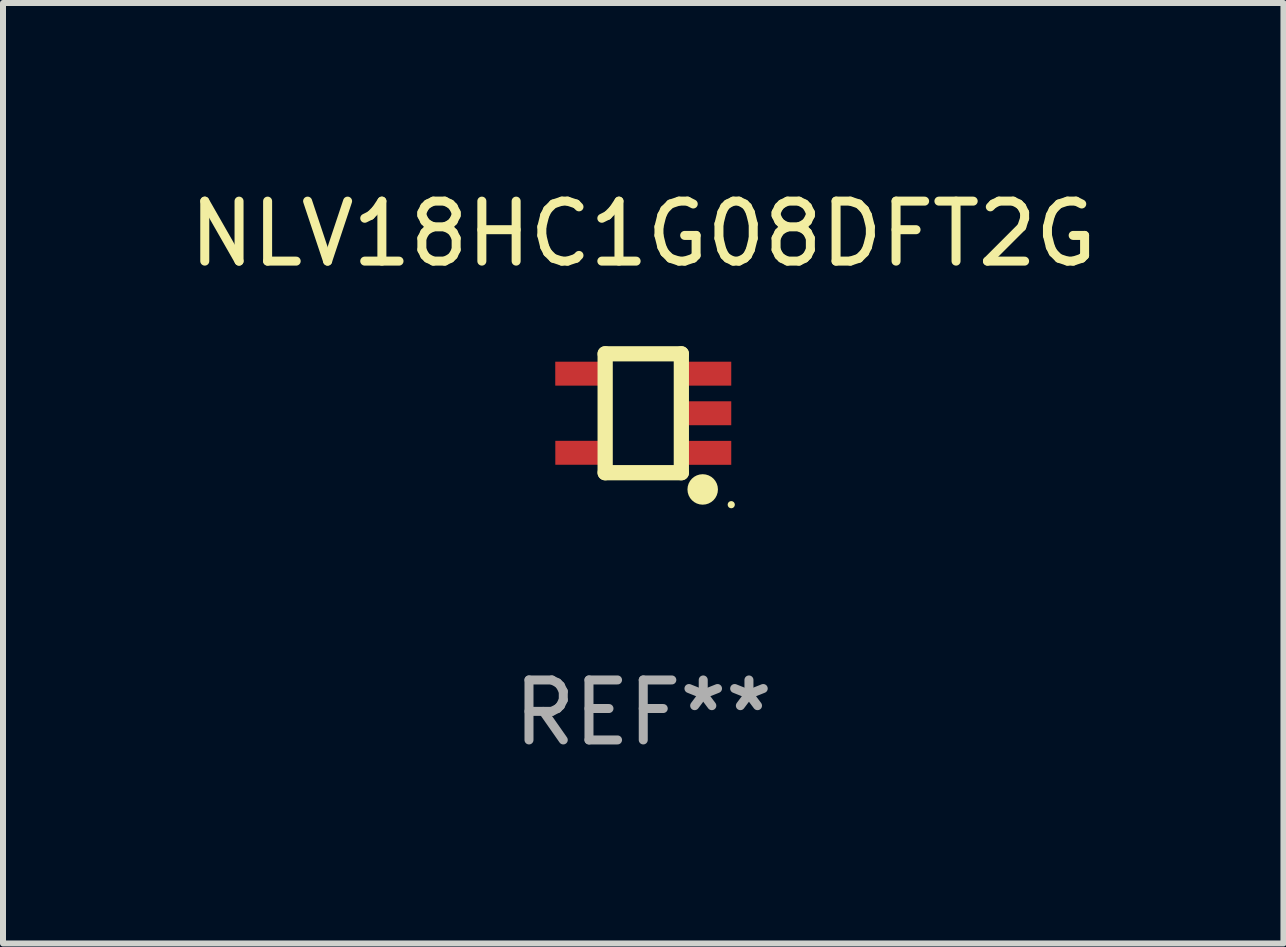
<source format=kicad_pcb>
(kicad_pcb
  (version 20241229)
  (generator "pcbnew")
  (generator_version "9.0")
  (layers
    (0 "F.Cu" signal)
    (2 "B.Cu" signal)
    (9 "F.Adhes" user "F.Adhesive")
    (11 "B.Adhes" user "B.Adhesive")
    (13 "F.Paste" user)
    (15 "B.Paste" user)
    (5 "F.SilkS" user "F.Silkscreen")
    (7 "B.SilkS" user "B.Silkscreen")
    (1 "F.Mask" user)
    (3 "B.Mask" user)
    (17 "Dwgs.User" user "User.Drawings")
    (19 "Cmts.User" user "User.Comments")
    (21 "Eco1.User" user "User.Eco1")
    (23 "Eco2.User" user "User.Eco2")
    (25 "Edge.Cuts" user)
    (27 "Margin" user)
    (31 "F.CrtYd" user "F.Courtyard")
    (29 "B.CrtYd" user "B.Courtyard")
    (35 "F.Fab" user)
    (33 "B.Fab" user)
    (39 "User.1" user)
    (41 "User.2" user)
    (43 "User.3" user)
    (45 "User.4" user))
  (footprint "NLV18HC1G08DFT2G"
    (layer "F.Cu")
    (at 7.673 3.839)
    (property "Reference" "NLV18HC1G08DFT2G" (at 0 -2.991 0) (layer "F.SilkS") (effects (font (size 1 1) (thickness 0.15))))
    (attr through_hole)
    (fp_line (start -0.635 -0.991) (end 0.635 -0.991) (stroke (width 0.254) (type solid)) (layer "F.SilkS"))
    (fp_line (start -0.635 0.991) (end -0.635 -0.991) (stroke (width 0.254) (type solid)) (layer "F.SilkS"))
    (fp_line (start 0.635 -0.991) (end 0.635 0.991) (stroke (width 0.254) (type solid)) (layer "F.SilkS"))
    (fp_line (start 0.635 0.991) (end -0.635 0.991) (stroke (width 0.254) (type solid)) (layer "F.SilkS"))
    (fp_circle (center 0.991 1.27) (end 1.118 1.27) (stroke (width 0.254) (type solid)) (fill no) (layer "F.SilkS"))
    (fp_circle (center 1.467 1.524) (end 1.497 1.524) (stroke (width 0.06) (type solid)) (fill no) (layer "F.SilkS"))
    (fp_text user "REF**" (at 0 4.991 0) (layer "F.Fab") (effects (font (size 1 1) (thickness 0.15))))
    (pad "1" smd rect (at 1.067 0.66 180) (size 0.8 0.399) (layers "F.Cu" "F.Mask" "F.Paste"))
    (pad "2" smd rect (at 1.067 0 180) (size 0.8 0.399) (layers "F.Cu" "F.Mask" "F.Paste"))
    (pad "3" smd rect (at 1.067 -0.66 180) (size 0.8 0.399) (layers "F.Cu" "F.Mask" "F.Paste"))
    (pad "4" smd rect (at -1.067 -0.66 180) (size 0.8 0.399) (layers "F.Cu" "F.Mask" "F.Paste"))
    (pad "5" smd rect (at -1.066 0.659 180) (size 0.8 0.399) (layers "F.Cu" "F.Mask" "F.Paste")))
  (gr_rect
    (start -3 -3)
    (end 18.345 12.678)
    (stroke (width 0.1) (type default))
    (fill no)
    (layer "Edge.Cuts")))
</source>
